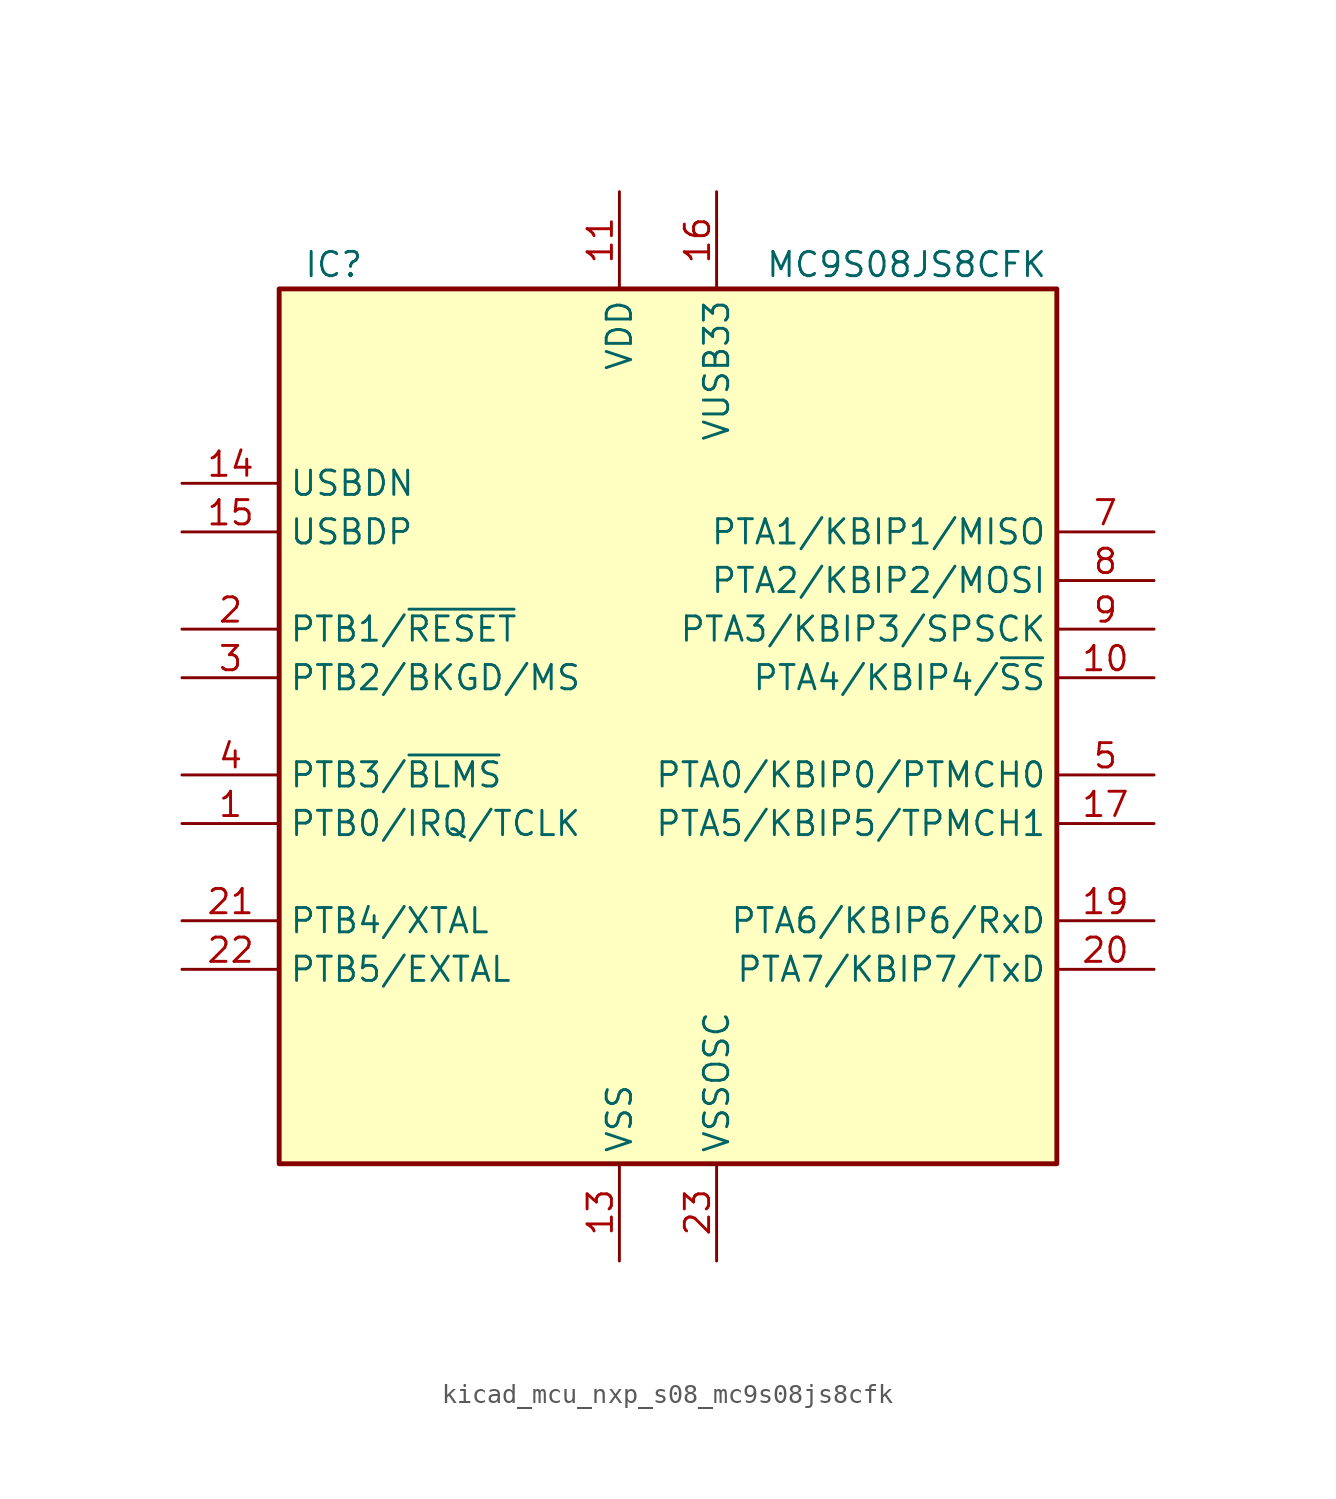
<source format=kicad_sym>
(kicad_symbol_lib
  (version 20220914)
  (generator kicad_symbol_editor)
  (symbol "kicad_mcu_nxp_s08_mc9s08js8cfk"
    (property "Reference" "IC"
      (at -19.05 24.13 0)
      (effects (font (size 1.27 1.27)) (justify left)))
    (property "Value" "MC9S08JS8CFK"
      (at 5.08 24.13 0)
      (effects (font (size 1.27 1.27)) (justify left)))
    (symbol "kicad_mcu_nxp_s08_mc9s08js8cfk_0_1"
      (rectangle (start -20.32 22.86) (end 20.32 -22.86) (stroke (width 0.254) (type default)) (fill (type background))))
    (symbol "kicad_mcu_nxp_s08_mc9s08js8cfk_1_1"
      (pin bidirectional line (at -25.4 -5.08 0) (length 5.08) (name "PTB0/IRQ/TCLK" (effects (font (size 1.27 1.27)))) (number "1" (effects (font (size 1.27 1.27)))))
      (pin bidirectional line (at 25.4 2.54 180) (length 5.08) (name "PTA4/KBIP4/~{SS}" (effects (font (size 1.27 1.27)))) (number "10" (effects (font (size 1.27 1.27)))))
      (pin power_in line (at -2.54 27.94 270) (length 5.08) (name "VDD" (effects (font (size 1.27 1.27)))) (number "11" (effects (font (size 1.27 1.27)))))
      (pin power_in line (at -2.54 -27.94 90) (length 5.08) (name "VSS" (effects (font (size 1.27 1.27)))) (number "13" (effects (font (size 1.27 1.27)))))
      (pin bidirectional line (at -25.4 12.7 0) (length 5.08) (name "USBDN" (effects (font (size 1.27 1.27)))) (number "14" (effects (font (size 1.27 1.27)))))
      (pin bidirectional line (at -25.4 10.16 0) (length 5.08) (name "USBDP" (effects (font (size 1.27 1.27)))) (number "15" (effects (font (size 1.27 1.27)))))
      (pin power_out line (at 2.54 27.94 270) (length 5.08) (name "VUSB33" (effects (font (size 1.27 1.27)))) (number "16" (effects (font (size 1.27 1.27)))))
      (pin bidirectional line (at 25.4 -5.08 180) (length 5.08) (name "PTA5/KBIP5/TPMCH1" (effects (font (size 1.27 1.27)))) (number "17" (effects (font (size 1.27 1.27)))))
      (pin bidirectional line (at 25.4 -10.16 180) (length 5.08) (name "PTA6/KBIP6/RxD" (effects (font (size 1.27 1.27)))) (number "19" (effects (font (size 1.27 1.27)))))
      (pin bidirectional line (at -25.4 5.08 0) (length 5.08) (name "PTB1/~{RESET}" (effects (font (size 1.27 1.27)))) (number "2" (effects (font (size 1.27 1.27)))))
      (pin bidirectional line (at 25.4 -12.7 180) (length 5.08) (name "PTA7/KBIP7/TxD" (effects (font (size 1.27 1.27)))) (number "20" (effects (font (size 1.27 1.27)))))
      (pin bidirectional line (at -25.4 -10.16 0) (length 5.08) (name "PTB4/XTAL" (effects (font (size 1.27 1.27)))) (number "21" (effects (font (size 1.27 1.27)))))
      (pin bidirectional line (at -25.4 -12.7 0) (length 5.08) (name "PTB5/EXTAL" (effects (font (size 1.27 1.27)))) (number "22" (effects (font (size 1.27 1.27)))))
      (pin power_in line (at 2.54 -27.94 90) (length 5.08) (name "VSSOSC" (effects (font (size 1.27 1.27)))) (number "23" (effects (font (size 1.27 1.27)))))
      (pin bidirectional line (at -25.4 2.54 0) (length 5.08) (name "PTB2/BKGD/MS" (effects (font (size 1.27 1.27)))) (number "3" (effects (font (size 1.27 1.27)))))
      (pin bidirectional line (at -25.4 -2.54 0) (length 5.08) (name "PTB3/~{BLMS}" (effects (font (size 1.27 1.27)))) (number "4" (effects (font (size 1.27 1.27)))))
      (pin bidirectional line (at 25.4 -2.54 180) (length 5.08) (name "PTA0/KBIP0/PTMCH0" (effects (font (size 1.27 1.27)))) (number "5" (effects (font (size 1.27 1.27)))))
      (pin bidirectional line (at 25.4 10.16 180) (length 5.08) (name "PTA1/KBIP1/MISO" (effects (font (size 1.27 1.27)))) (number "7" (effects (font (size 1.27 1.27)))))
      (pin bidirectional line (at 25.4 7.62 180) (length 5.08) (name "PTA2/KBIP2/MOSI" (effects (font (size 1.27 1.27)))) (number "8" (effects (font (size 1.27 1.27)))))
      (pin bidirectional line (at 25.4 5.08 180) (length 5.08) (name "PTA3/KBIP3/SPSCK" (effects (font (size 1.27 1.27)))) (number "9" (effects (font (size 1.27 1.27))))))))
</source>
